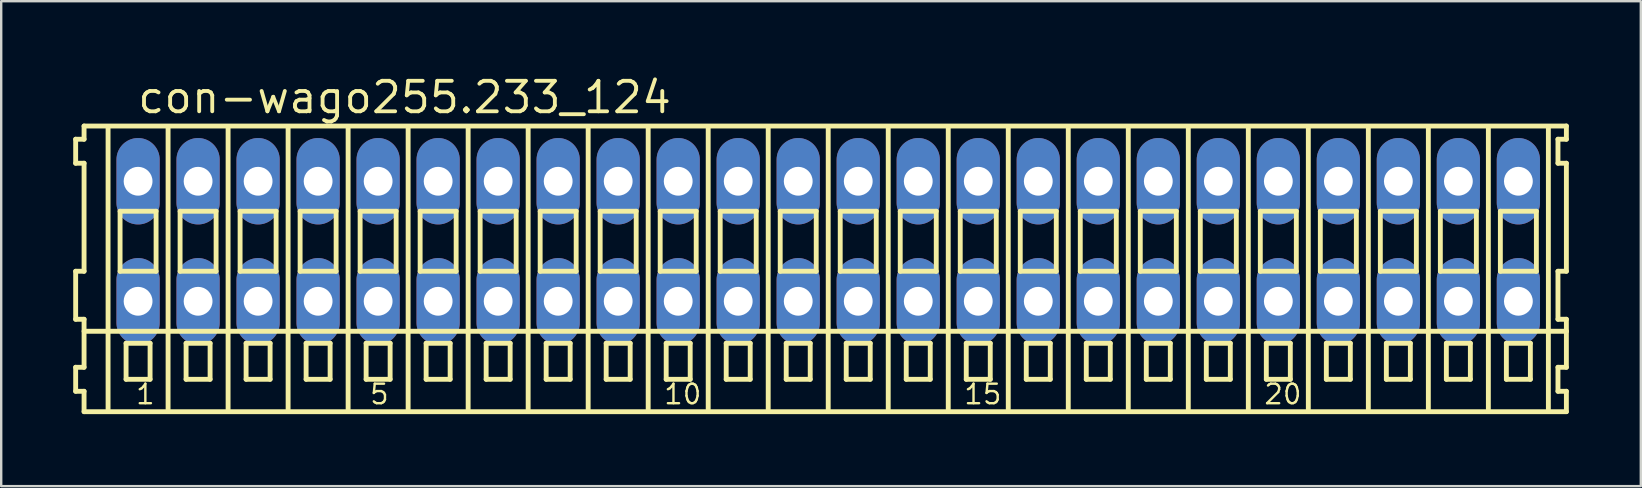
<source format=kicad_pcb>
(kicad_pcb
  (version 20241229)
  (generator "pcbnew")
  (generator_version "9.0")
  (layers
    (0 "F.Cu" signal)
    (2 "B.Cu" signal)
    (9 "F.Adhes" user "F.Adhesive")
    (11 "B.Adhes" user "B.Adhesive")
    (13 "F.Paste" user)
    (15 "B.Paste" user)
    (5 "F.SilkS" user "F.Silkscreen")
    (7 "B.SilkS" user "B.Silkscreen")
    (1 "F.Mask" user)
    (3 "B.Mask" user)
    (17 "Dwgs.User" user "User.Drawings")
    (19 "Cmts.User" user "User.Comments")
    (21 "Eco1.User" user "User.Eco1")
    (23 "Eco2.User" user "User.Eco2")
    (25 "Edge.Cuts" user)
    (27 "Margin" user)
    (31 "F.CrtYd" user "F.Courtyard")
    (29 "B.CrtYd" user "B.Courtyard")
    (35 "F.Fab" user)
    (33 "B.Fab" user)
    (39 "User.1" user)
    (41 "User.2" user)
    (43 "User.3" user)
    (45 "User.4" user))
  (footprint "con-wago255.233_124"
    (layer "F.Cu")
    (at 31.452 7)
    (property "Reference" "con-wago255.233_124" (at -28.85 -5.25 0) (layer "F.SilkS") (effects (font (size 1.27 1.27) (thickness 0.16)) (justify left bottom)))
    (attr through_hole)
    (fp_line (start -31.35 -4.25) (end -31.35 -3.25) (stroke (width 0.203) (type default)) (layer "F.SilkS"))
    (fp_line (start -31.35 -3.25) (end -31 -3.25) (stroke (width 0.203) (type default)) (layer "F.SilkS"))
    (fp_line (start -31.35 1.25) (end -31.35 3.25) (stroke (width 0.203) (type default)) (layer "F.SilkS"))
    (fp_line (start -31.35 3.25) (end -31 3.25) (stroke (width 0.203) (type default)) (layer "F.SilkS"))
    (fp_line (start -31.35 5.25) (end -31.35 6.25) (stroke (width 0.203) (type default)) (layer "F.SilkS"))
    (fp_line (start -31.35 6.25) (end -31 6.25) (stroke (width 0.203) (type default)) (layer "F.SilkS"))
    (fp_line (start -31 -4.8) (end -31 -4.25) (stroke (width 0.203) (type default)) (layer "F.SilkS"))
    (fp_line (start -31 -4.25) (end -31.35 -4.25) (stroke (width 0.203) (type default)) (layer "F.SilkS"))
    (fp_line (start -31 -3.25) (end -31 1.25) (stroke (width 0.203) (type default)) (layer "F.SilkS"))
    (fp_line (start -31 1.25) (end -31.35 1.25) (stroke (width 0.203) (type default)) (layer "F.SilkS"))
    (fp_line (start -31 3.25) (end -31 5.25) (stroke (width 0.203) (type default)) (layer "F.SilkS"))
    (fp_line (start -31 3.75) (end 30.75 3.75) (stroke (width 0.203) (type default)) (layer "F.SilkS"))
    (fp_line (start -31 5.25) (end -31.35 5.25) (stroke (width 0.203) (type default)) (layer "F.SilkS"))
    (fp_line (start -31 6.25) (end -31 7.1) (stroke (width 0.203) (type default)) (layer "F.SilkS"))
    (fp_line (start -31 7.1) (end 30.75 7.1) (stroke (width 0.203) (type default)) (layer "F.SilkS"))
    (fp_line (start -30 -4.75) (end -30 7) (stroke (width 0.203) (type default)) (layer "F.SilkS"))
    (fp_line (start -29.5 -1.25) (end -29.5 1.25) (stroke (width 0.203) (type default)) (layer "F.SilkS"))
    (fp_line (start -29.5 1.25) (end -28 1.25) (stroke (width 0.203) (type default)) (layer "F.SilkS"))
    (fp_line (start -29.25 4.25) (end -29.25 5.75) (stroke (width 0.203) (type default)) (layer "F.SilkS"))
    (fp_line (start -29.25 5.75) (end -28.25 5.75) (stroke (width 0.203) (type default)) (layer "F.SilkS"))
    (fp_line (start -28.25 4.25) (end -29.25 4.25) (stroke (width 0.203) (type default)) (layer "F.SilkS"))
    (fp_line (start -28.25 5.75) (end -28.25 4.25) (stroke (width 0.203) (type default)) (layer "F.SilkS"))
    (fp_line (start -28 -1.25) (end -29.5 -1.25) (stroke (width 0.203) (type default)) (layer "F.SilkS"))
    (fp_line (start -28 1.25) (end -28 -1.25) (stroke (width 0.203) (type default)) (layer "F.SilkS"))
    (fp_line (start -27.5 -4.75) (end -27.5 7) (stroke (width 0.203) (type default)) (layer "F.SilkS"))
    (fp_line (start -27 -1.25) (end -27 1.25) (stroke (width 0.203) (type default)) (layer "F.SilkS"))
    (fp_line (start -27 1.25) (end -25.5 1.25) (stroke (width 0.203) (type default)) (layer "F.SilkS"))
    (fp_line (start -26.75 4.25) (end -26.75 5.75) (stroke (width 0.203) (type default)) (layer "F.SilkS"))
    (fp_line (start -26.75 5.75) (end -25.75 5.75) (stroke (width 0.203) (type default)) (layer "F.SilkS"))
    (fp_line (start -25.75 4.25) (end -26.75 4.25) (stroke (width 0.203) (type default)) (layer "F.SilkS"))
    (fp_line (start -25.75 5.75) (end -25.75 4.25) (stroke (width 0.203) (type default)) (layer "F.SilkS"))
    (fp_line (start -25.5 -1.25) (end -27 -1.25) (stroke (width 0.203) (type default)) (layer "F.SilkS"))
    (fp_line (start -25.5 1.25) (end -25.5 -1.25) (stroke (width 0.203) (type default)) (layer "F.SilkS"))
    (fp_line (start -25 -4.75) (end -25 7) (stroke (width 0.203) (type default)) (layer "F.SilkS"))
    (fp_line (start -24.5 -1.25) (end -24.5 1.25) (stroke (width 0.203) (type default)) (layer "F.SilkS"))
    (fp_line (start -24.5 1.25) (end -23 1.25) (stroke (width 0.203) (type default)) (layer "F.SilkS"))
    (fp_line (start -24.25 4.25) (end -24.25 5.75) (stroke (width 0.203) (type default)) (layer "F.SilkS"))
    (fp_line (start -24.25 5.75) (end -23.25 5.75) (stroke (width 0.203) (type default)) (layer "F.SilkS"))
    (fp_line (start -23.25 4.25) (end -24.25 4.25) (stroke (width 0.203) (type default)) (layer "F.SilkS"))
    (fp_line (start -23.25 5.75) (end -23.25 4.25) (stroke (width 0.203) (type default)) (layer "F.SilkS"))
    (fp_line (start -23 -1.25) (end -24.5 -1.25) (stroke (width 0.203) (type default)) (layer "F.SilkS"))
    (fp_line (start -23 1.25) (end -23 -1.25) (stroke (width 0.203) (type default)) (layer "F.SilkS"))
    (fp_line (start -22.5 -4.75) (end -22.5 7) (stroke (width 0.203) (type default)) (layer "F.SilkS"))
    (fp_line (start -22 -1.25) (end -22 1.25) (stroke (width 0.203) (type default)) (layer "F.SilkS"))
    (fp_line (start -22 1.25) (end -20.5 1.25) (stroke (width 0.203) (type default)) (layer "F.SilkS"))
    (fp_line (start -21.75 4.25) (end -21.75 5.75) (stroke (width 0.203) (type default)) (layer "F.SilkS"))
    (fp_line (start -21.75 5.75) (end -20.75 5.75) (stroke (width 0.203) (type default)) (layer "F.SilkS"))
    (fp_line (start -20.75 4.25) (end -21.75 4.25) (stroke (width 0.203) (type default)) (layer "F.SilkS"))
    (fp_line (start -20.75 5.75) (end -20.75 4.25) (stroke (width 0.203) (type default)) (layer "F.SilkS"))
    (fp_line (start -20.5 -1.25) (end -22 -1.25) (stroke (width 0.203) (type default)) (layer "F.SilkS"))
    (fp_line (start -20.5 1.25) (end -20.5 -1.25) (stroke (width 0.203) (type default)) (layer "F.SilkS"))
    (fp_line (start -20 -4.75) (end -20 7) (stroke (width 0.203) (type default)) (layer "F.SilkS"))
    (fp_line (start -19.5 -1.25) (end -19.5 1.25) (stroke (width 0.203) (type default)) (layer "F.SilkS"))
    (fp_line (start -19.5 1.25) (end -18 1.25) (stroke (width 0.203) (type default)) (layer "F.SilkS"))
    (fp_line (start -19.25 4.25) (end -19.25 5.75) (stroke (width 0.203) (type default)) (layer "F.SilkS"))
    (fp_line (start -19.25 5.75) (end -18.25 5.75) (stroke (width 0.203) (type default)) (layer "F.SilkS"))
    (fp_line (start -18.25 4.25) (end -19.25 4.25) (stroke (width 0.203) (type default)) (layer "F.SilkS"))
    (fp_line (start -18.25 5.75) (end -18.25 4.25) (stroke (width 0.203) (type default)) (layer "F.SilkS"))
    (fp_line (start -18 -1.25) (end -19.5 -1.25) (stroke (width 0.203) (type default)) (layer "F.SilkS"))
    (fp_line (start -18 1.25) (end -18 -1.25) (stroke (width 0.203) (type default)) (layer "F.SilkS"))
    (fp_line (start -17.5 -4.75) (end -17.5 7) (stroke (width 0.203) (type default)) (layer "F.SilkS"))
    (fp_line (start -17 -1.25) (end -17 1.25) (stroke (width 0.203) (type default)) (layer "F.SilkS"))
    (fp_line (start -17 1.25) (end -15.5 1.25) (stroke (width 0.203) (type default)) (layer "F.SilkS"))
    (fp_line (start -16.75 4.25) (end -16.75 5.75) (stroke (width 0.203) (type default)) (layer "F.SilkS"))
    (fp_line (start -16.75 5.75) (end -15.75 5.75) (stroke (width 0.203) (type default)) (layer "F.SilkS"))
    (fp_line (start -15.75 4.25) (end -16.75 4.25) (stroke (width 0.203) (type default)) (layer "F.SilkS"))
    (fp_line (start -15.75 5.75) (end -15.75 4.25) (stroke (width 0.203) (type default)) (layer "F.SilkS"))
    (fp_line (start -15.5 -1.25) (end -17 -1.25) (stroke (width 0.203) (type default)) (layer "F.SilkS"))
    (fp_line (start -15.5 1.25) (end -15.5 -1.25) (stroke (width 0.203) (type default)) (layer "F.SilkS"))
    (fp_line (start -15 -4.75) (end -15 7) (stroke (width 0.203) (type default)) (layer "F.SilkS"))
    (fp_line (start -14.5 -1.25) (end -14.5 1.25) (stroke (width 0.203) (type default)) (layer "F.SilkS"))
    (fp_line (start -14.5 1.25) (end -13 1.25) (stroke (width 0.203) (type default)) (layer "F.SilkS"))
    (fp_line (start -14.25 4.25) (end -14.25 5.75) (stroke (width 0.203) (type default)) (layer "F.SilkS"))
    (fp_line (start -14.25 5.75) (end -13.25 5.75) (stroke (width 0.203) (type default)) (layer "F.SilkS"))
    (fp_line (start -13.25 4.25) (end -14.25 4.25) (stroke (width 0.203) (type default)) (layer "F.SilkS"))
    (fp_line (start -13.25 5.75) (end -13.25 4.25) (stroke (width 0.203) (type default)) (layer "F.SilkS"))
    (fp_line (start -13 -1.25) (end -14.5 -1.25) (stroke (width 0.203) (type default)) (layer "F.SilkS"))
    (fp_line (start -13 1.25) (end -13 -1.25) (stroke (width 0.203) (type default)) (layer "F.SilkS"))
    (fp_line (start -12.5 -4.75) (end -12.5 7) (stroke (width 0.203) (type default)) (layer "F.SilkS"))
    (fp_line (start -12 -1.25) (end -12 1.25) (stroke (width 0.203) (type default)) (layer "F.SilkS"))
    (fp_line (start -12 1.25) (end -10.5 1.25) (stroke (width 0.203) (type default)) (layer "F.SilkS"))
    (fp_line (start -11.75 4.25) (end -11.75 5.75) (stroke (width 0.203) (type default)) (layer "F.SilkS"))
    (fp_line (start -11.75 5.75) (end -10.75 5.75) (stroke (width 0.203) (type default)) (layer "F.SilkS"))
    (fp_line (start -10.75 4.25) (end -11.75 4.25) (stroke (width 0.203) (type default)) (layer "F.SilkS"))
    (fp_line (start -10.75 5.75) (end -10.75 4.25) (stroke (width 0.203) (type default)) (layer "F.SilkS"))
    (fp_line (start -10.5 -1.25) (end -12 -1.25) (stroke (width 0.203) (type default)) (layer "F.SilkS"))
    (fp_line (start -10.5 1.25) (end -10.5 -1.25) (stroke (width 0.203) (type default)) (layer "F.SilkS"))
    (fp_line (start -10 -4.75) (end -10 7) (stroke (width 0.203) (type default)) (layer "F.SilkS"))
    (fp_line (start -9.5 -1.25) (end -9.5 1.25) (stroke (width 0.203) (type default)) (layer "F.SilkS"))
    (fp_line (start -9.5 1.25) (end -8 1.25) (stroke (width 0.203) (type default)) (layer "F.SilkS"))
    (fp_line (start -9.25 4.25) (end -9.25 5.75) (stroke (width 0.203) (type default)) (layer "F.SilkS"))
    (fp_line (start -9.25 5.75) (end -8.25 5.75) (stroke (width 0.203) (type default)) (layer "F.SilkS"))
    (fp_line (start -8.25 4.25) (end -9.25 4.25) (stroke (width 0.203) (type default)) (layer "F.SilkS"))
    (fp_line (start -8.25 5.75) (end -8.25 4.25) (stroke (width 0.203) (type default)) (layer "F.SilkS"))
    (fp_line (start -8 -1.25) (end -9.5 -1.25) (stroke (width 0.203) (type default)) (layer "F.SilkS"))
    (fp_line (start -8 1.25) (end -8 -1.25) (stroke (width 0.203) (type default)) (layer "F.SilkS"))
    (fp_line (start -7.5 -4.75) (end -7.5 7) (stroke (width 0.203) (type default)) (layer "F.SilkS"))
    (fp_line (start -7 -1.25) (end -7 1.25) (stroke (width 0.203) (type default)) (layer "F.SilkS"))
    (fp_line (start -7 1.25) (end -5.5 1.25) (stroke (width 0.203) (type default)) (layer "F.SilkS"))
    (fp_line (start -6.75 4.25) (end -6.75 5.75) (stroke (width 0.203) (type default)) (layer "F.SilkS"))
    (fp_line (start -6.75 5.75) (end -5.75 5.75) (stroke (width 0.203) (type default)) (layer "F.SilkS"))
    (fp_line (start -5.75 4.25) (end -6.75 4.25) (stroke (width 0.203) (type default)) (layer "F.SilkS"))
    (fp_line (start -5.75 5.75) (end -5.75 4.25) (stroke (width 0.203) (type default)) (layer "F.SilkS"))
    (fp_line (start -5.5 -1.25) (end -7 -1.25) (stroke (width 0.203) (type default)) (layer "F.SilkS"))
    (fp_line (start -5.5 1.25) (end -5.5 -1.25) (stroke (width 0.203) (type default)) (layer "F.SilkS"))
    (fp_line (start -5 -4.75) (end -5 7) (stroke (width 0.203) (type default)) (layer "F.SilkS"))
    (fp_line (start -4.5 -1.25) (end -4.5 1.25) (stroke (width 0.203) (type default)) (layer "F.SilkS"))
    (fp_line (start -4.5 1.25) (end -3 1.25) (stroke (width 0.203) (type default)) (layer "F.SilkS"))
    (fp_line (start -4.25 4.25) (end -4.25 5.75) (stroke (width 0.203) (type default)) (layer "F.SilkS"))
    (fp_line (start -4.25 5.75) (end -3.25 5.75) (stroke (width 0.203) (type default)) (layer "F.SilkS"))
    (fp_line (start -3.25 4.25) (end -4.25 4.25) (stroke (width 0.203) (type default)) (layer "F.SilkS"))
    (fp_line (start -3.25 5.75) (end -3.25 4.25) (stroke (width 0.203) (type default)) (layer "F.SilkS"))
    (fp_line (start -3 -1.25) (end -4.5 -1.25) (stroke (width 0.203) (type default)) (layer "F.SilkS"))
    (fp_line (start -3 1.25) (end -3 -1.25) (stroke (width 0.203) (type default)) (layer "F.SilkS"))
    (fp_line (start -2.5 -4.75) (end -2.5 7) (stroke (width 0.203) (type default)) (layer "F.SilkS"))
    (fp_line (start -2 -1.25) (end -2 1.25) (stroke (width 0.203) (type default)) (layer "F.SilkS"))
    (fp_line (start -2 1.25) (end -0.5 1.25) (stroke (width 0.203) (type default)) (layer "F.SilkS"))
    (fp_line (start -1.75 4.25) (end -1.75 5.75) (stroke (width 0.203) (type default)) (layer "F.SilkS"))
    (fp_line (start -1.75 5.75) (end -0.75 5.75) (stroke (width 0.203) (type default)) (layer "F.SilkS"))
    (fp_line (start -0.75 4.25) (end -1.75 4.25) (stroke (width 0.203) (type default)) (layer "F.SilkS"))
    (fp_line (start -0.75 5.75) (end -0.75 4.25) (stroke (width 0.203) (type default)) (layer "F.SilkS"))
    (fp_line (start -0.5 -1.25) (end -2 -1.25) (stroke (width 0.203) (type default)) (layer "F.SilkS"))
    (fp_line (start -0.5 1.25) (end -0.5 -1.25) (stroke (width 0.203) (type default)) (layer "F.SilkS"))
    (fp_line (start 0 -4.75) (end 0 7) (stroke (width 0.203) (type default)) (layer "F.SilkS"))
    (fp_line (start 0.5 -1.25) (end 0.5 1.25) (stroke (width 0.203) (type default)) (layer "F.SilkS"))
    (fp_line (start 0.5 1.25) (end 2 1.25) (stroke (width 0.203) (type default)) (layer "F.SilkS"))
    (fp_line (start 0.75 4.25) (end 0.75 5.75) (stroke (width 0.203) (type default)) (layer "F.SilkS"))
    (fp_line (start 0.75 5.75) (end 1.75 5.75) (stroke (width 0.203) (type default)) (layer "F.SilkS"))
    (fp_line (start 1.75 4.25) (end 0.75 4.25) (stroke (width 0.203) (type default)) (layer "F.SilkS"))
    (fp_line (start 1.75 5.75) (end 1.75 4.25) (stroke (width 0.203) (type default)) (layer "F.SilkS"))
    (fp_line (start 2 -1.25) (end 0.5 -1.25) (stroke (width 0.203) (type default)) (layer "F.SilkS"))
    (fp_line (start 2 1.25) (end 2 -1.25) (stroke (width 0.203) (type default)) (layer "F.SilkS"))
    (fp_line (start 2.5 -4.75) (end 2.5 7) (stroke (width 0.203) (type default)) (layer "F.SilkS"))
    (fp_line (start 3 -1.25) (end 3 1.25) (stroke (width 0.203) (type default)) (layer "F.SilkS"))
    (fp_line (start 3 1.25) (end 4.5 1.25) (stroke (width 0.203) (type default)) (layer "F.SilkS"))
    (fp_line (start 3.25 4.25) (end 3.25 5.75) (stroke (width 0.203) (type default)) (layer "F.SilkS"))
    (fp_line (start 3.25 5.75) (end 4.25 5.75) (stroke (width 0.203) (type default)) (layer "F.SilkS"))
    (fp_line (start 4.25 4.25) (end 3.25 4.25) (stroke (width 0.203) (type default)) (layer "F.SilkS"))
    (fp_line (start 4.25 5.75) (end 4.25 4.25) (stroke (width 0.203) (type default)) (layer "F.SilkS"))
    (fp_line (start 4.5 -1.25) (end 3 -1.25) (stroke (width 0.203) (type default)) (layer "F.SilkS"))
    (fp_line (start 4.5 1.25) (end 4.5 -1.25) (stroke (width 0.203) (type default)) (layer "F.SilkS"))
    (fp_line (start 5 -4.75) (end 5 7) (stroke (width 0.203) (type default)) (layer "F.SilkS"))
    (fp_line (start 5.5 -1.25) (end 5.5 1.25) (stroke (width 0.203) (type default)) (layer "F.SilkS"))
    (fp_line (start 5.5 1.25) (end 7 1.25) (stroke (width 0.203) (type default)) (layer "F.SilkS"))
    (fp_line (start 5.75 4.25) (end 5.75 5.75) (stroke (width 0.203) (type default)) (layer "F.SilkS"))
    (fp_line (start 5.75 5.75) (end 6.75 5.75) (stroke (width 0.203) (type default)) (layer "F.SilkS"))
    (fp_line (start 6.75 4.25) (end 5.75 4.25) (stroke (width 0.203) (type default)) (layer "F.SilkS"))
    (fp_line (start 6.75 5.75) (end 6.75 4.25) (stroke (width 0.203) (type default)) (layer "F.SilkS"))
    (fp_line (start 7 -1.25) (end 5.5 -1.25) (stroke (width 0.203) (type default)) (layer "F.SilkS"))
    (fp_line (start 7 1.25) (end 7 -1.25) (stroke (width 0.203) (type default)) (layer "F.SilkS"))
    (fp_line (start 7.5 -4.75) (end 7.5 7) (stroke (width 0.203) (type default)) (layer "F.SilkS"))
    (fp_line (start 8 -1.25) (end 8 1.25) (stroke (width 0.203) (type default)) (layer "F.SilkS"))
    (fp_line (start 8 1.25) (end 9.5 1.25) (stroke (width 0.203) (type default)) (layer "F.SilkS"))
    (fp_line (start 8.25 4.25) (end 8.25 5.75) (stroke (width 0.203) (type default)) (layer "F.SilkS"))
    (fp_line (start 8.25 5.75) (end 9.25 5.75) (stroke (width 0.203) (type default)) (layer "F.SilkS"))
    (fp_line (start 9.25 4.25) (end 8.25 4.25) (stroke (width 0.203) (type default)) (layer "F.SilkS"))
    (fp_line (start 9.25 5.75) (end 9.25 4.25) (stroke (width 0.203) (type default)) (layer "F.SilkS"))
    (fp_line (start 9.5 -1.25) (end 8 -1.25) (stroke (width 0.203) (type default)) (layer "F.SilkS"))
    (fp_line (start 9.5 1.25) (end 9.5 -1.25) (stroke (width 0.203) (type default)) (layer "F.SilkS"))
    (fp_line (start 10 -4.75) (end 10 7) (stroke (width 0.203) (type default)) (layer "F.SilkS"))
    (fp_line (start 10.5 -1.25) (end 10.5 1.25) (stroke (width 0.203) (type default)) (layer "F.SilkS"))
    (fp_line (start 10.5 1.25) (end 12 1.25) (stroke (width 0.203) (type default)) (layer "F.SilkS"))
    (fp_line (start 10.75 4.25) (end 10.75 5.75) (stroke (width 0.203) (type default)) (layer "F.SilkS"))
    (fp_line (start 10.75 5.75) (end 11.75 5.75) (stroke (width 0.203) (type default)) (layer "F.SilkS"))
    (fp_line (start 11.75 4.25) (end 10.75 4.25) (stroke (width 0.203) (type default)) (layer "F.SilkS"))
    (fp_line (start 11.75 5.75) (end 11.75 4.25) (stroke (width 0.203) (type default)) (layer "F.SilkS"))
    (fp_line (start 12 -1.25) (end 10.5 -1.25) (stroke (width 0.203) (type default)) (layer "F.SilkS"))
    (fp_line (start 12 1.25) (end 12 -1.25) (stroke (width 0.203) (type default)) (layer "F.SilkS"))
    (fp_line (start 12.5 -4.75) (end 12.5 7) (stroke (width 0.203) (type default)) (layer "F.SilkS"))
    (fp_line (start 13 -1.25) (end 13 1.25) (stroke (width 0.203) (type default)) (layer "F.SilkS"))
    (fp_line (start 13 1.25) (end 14.5 1.25) (stroke (width 0.203) (type default)) (layer "F.SilkS"))
    (fp_line (start 13.25 4.25) (end 13.25 5.75) (stroke (width 0.203) (type default)) (layer "F.SilkS"))
    (fp_line (start 13.25 5.75) (end 14.25 5.75) (stroke (width 0.203) (type default)) (layer "F.SilkS"))
    (fp_line (start 14.25 4.25) (end 13.25 4.25) (stroke (width 0.203) (type default)) (layer "F.SilkS"))
    (fp_line (start 14.25 5.75) (end 14.25 4.25) (stroke (width 0.203) (type default)) (layer "F.SilkS"))
    (fp_line (start 14.5 -1.25) (end 13 -1.25) (stroke (width 0.203) (type default)) (layer "F.SilkS"))
    (fp_line (start 14.5 1.25) (end 14.5 -1.25) (stroke (width 0.203) (type default)) (layer "F.SilkS"))
    (fp_line (start 15 -4.75) (end 15 7) (stroke (width 0.203) (type default)) (layer "F.SilkS"))
    (fp_line (start 15.5 -1.25) (end 15.5 1.25) (stroke (width 0.203) (type default)) (layer "F.SilkS"))
    (fp_line (start 15.5 1.25) (end 17 1.25) (stroke (width 0.203) (type default)) (layer "F.SilkS"))
    (fp_line (start 15.75 4.25) (end 15.75 5.75) (stroke (width 0.203) (type default)) (layer "F.SilkS"))
    (fp_line (start 15.75 5.75) (end 16.75 5.75) (stroke (width 0.203) (type default)) (layer "F.SilkS"))
    (fp_line (start 16.75 4.25) (end 15.75 4.25) (stroke (width 0.203) (type default)) (layer "F.SilkS"))
    (fp_line (start 16.75 5.75) (end 16.75 4.25) (stroke (width 0.203) (type default)) (layer "F.SilkS"))
    (fp_line (start 17 -1.25) (end 15.5 -1.25) (stroke (width 0.203) (type default)) (layer "F.SilkS"))
    (fp_line (start 17 1.25) (end 17 -1.25) (stroke (width 0.203) (type default)) (layer "F.SilkS"))
    (fp_line (start 17.5 -4.75) (end 17.5 7) (stroke (width 0.203) (type default)) (layer "F.SilkS"))
    (fp_line (start 18 -1.25) (end 18 1.25) (stroke (width 0.203) (type default)) (layer "F.SilkS"))
    (fp_line (start 18 1.25) (end 19.5 1.25) (stroke (width 0.203) (type default)) (layer "F.SilkS"))
    (fp_line (start 18.25 4.25) (end 18.25 5.75) (stroke (width 0.203) (type default)) (layer "F.SilkS"))
    (fp_line (start 18.25 5.75) (end 19.25 5.75) (stroke (width 0.203) (type default)) (layer "F.SilkS"))
    (fp_line (start 19.25 4.25) (end 18.25 4.25) (stroke (width 0.203) (type default)) (layer "F.SilkS"))
    (fp_line (start 19.25 5.75) (end 19.25 4.25) (stroke (width 0.203) (type default)) (layer "F.SilkS"))
    (fp_line (start 19.5 -1.25) (end 18 -1.25) (stroke (width 0.203) (type default)) (layer "F.SilkS"))
    (fp_line (start 19.5 1.25) (end 19.5 -1.25) (stroke (width 0.203) (type default)) (layer "F.SilkS"))
    (fp_line (start 20 -4.75) (end 20 7) (stroke (width 0.203) (type default)) (layer "F.SilkS"))
    (fp_line (start 20.5 -1.25) (end 20.5 1.25) (stroke (width 0.203) (type default)) (layer "F.SilkS"))
    (fp_line (start 20.5 1.25) (end 22 1.25) (stroke (width 0.203) (type default)) (layer "F.SilkS"))
    (fp_line (start 20.75 4.25) (end 20.75 5.75) (stroke (width 0.203) (type default)) (layer "F.SilkS"))
    (fp_line (start 20.75 5.75) (end 21.75 5.75) (stroke (width 0.203) (type default)) (layer "F.SilkS"))
    (fp_line (start 21.75 4.25) (end 20.75 4.25) (stroke (width 0.203) (type default)) (layer "F.SilkS"))
    (fp_line (start 21.75 5.75) (end 21.75 4.25) (stroke (width 0.203) (type default)) (layer "F.SilkS"))
    (fp_line (start 22 -1.25) (end 20.5 -1.25) (stroke (width 0.203) (type default)) (layer "F.SilkS"))
    (fp_line (start 22 1.25) (end 22 -1.25) (stroke (width 0.203) (type default)) (layer "F.SilkS"))
    (fp_line (start 22.5 -4.75) (end 22.5 7) (stroke (width 0.203) (type default)) (layer "F.SilkS"))
    (fp_line (start 23 -1.25) (end 23 1.25) (stroke (width 0.203) (type default)) (layer "F.SilkS"))
    (fp_line (start 23 1.25) (end 24.5 1.25) (stroke (width 0.203) (type default)) (layer "F.SilkS"))
    (fp_line (start 23.25 4.25) (end 23.25 5.75) (stroke (width 0.203) (type default)) (layer "F.SilkS"))
    (fp_line (start 23.25 5.75) (end 24.25 5.75) (stroke (width 0.203) (type default)) (layer "F.SilkS"))
    (fp_line (start 24.25 4.25) (end 23.25 4.25) (stroke (width 0.203) (type default)) (layer "F.SilkS"))
    (fp_line (start 24.25 5.75) (end 24.25 4.25) (stroke (width 0.203) (type default)) (layer "F.SilkS"))
    (fp_line (start 24.5 -1.25) (end 23 -1.25) (stroke (width 0.203) (type default)) (layer "F.SilkS"))
    (fp_line (start 24.5 1.25) (end 24.5 -1.25) (stroke (width 0.203) (type default)) (layer "F.SilkS"))
    (fp_line (start 25 -4.75) (end 25 7) (stroke (width 0.203) (type default)) (layer "F.SilkS"))
    (fp_line (start 25.5 -1.25) (end 25.5 1.25) (stroke (width 0.203) (type default)) (layer "F.SilkS"))
    (fp_line (start 25.5 1.25) (end 27 1.25) (stroke (width 0.203) (type default)) (layer "F.SilkS"))
    (fp_line (start 25.75 4.25) (end 25.75 5.75) (stroke (width 0.203) (type default)) (layer "F.SilkS"))
    (fp_line (start 25.75 5.75) (end 26.75 5.75) (stroke (width 0.203) (type default)) (layer "F.SilkS"))
    (fp_line (start 26.75 4.25) (end 25.75 4.25) (stroke (width 0.203) (type default)) (layer "F.SilkS"))
    (fp_line (start 26.75 5.75) (end 26.75 4.25) (stroke (width 0.203) (type default)) (layer "F.SilkS"))
    (fp_line (start 27 -1.25) (end 25.5 -1.25) (stroke (width 0.203) (type default)) (layer "F.SilkS"))
    (fp_line (start 27 1.25) (end 27 -1.25) (stroke (width 0.203) (type default)) (layer "F.SilkS"))
    (fp_line (start 27.5 -4.75) (end 27.5 7) (stroke (width 0.203) (type default)) (layer "F.SilkS"))
    (fp_line (start 28 -1.25) (end 28 1.25) (stroke (width 0.203) (type default)) (layer "F.SilkS"))
    (fp_line (start 28 1.25) (end 29.5 1.25) (stroke (width 0.203) (type default)) (layer "F.SilkS"))
    (fp_line (start 28.25 4.25) (end 28.25 5.75) (stroke (width 0.203) (type default)) (layer "F.SilkS"))
    (fp_line (start 28.25 5.75) (end 29.25 5.75) (stroke (width 0.203) (type default)) (layer "F.SilkS"))
    (fp_line (start 29.25 4.25) (end 28.25 4.25) (stroke (width 0.203) (type default)) (layer "F.SilkS"))
    (fp_line (start 29.25 5.75) (end 29.25 4.25) (stroke (width 0.203) (type default)) (layer "F.SilkS"))
    (fp_line (start 29.5 -1.25) (end 28 -1.25) (stroke (width 0.203) (type default)) (layer "F.SilkS"))
    (fp_line (start 29.5 1.25) (end 29.5 -1.25) (stroke (width 0.203) (type default)) (layer "F.SilkS"))
    (fp_line (start 30 -4.75) (end 30 7) (stroke (width 0.203) (type default)) (layer "F.SilkS"))
    (fp_line (start 30.4 -4.25) (end 30.4 -3.25) (stroke (width 0.203) (type default)) (layer "F.SilkS"))
    (fp_line (start 30.4 -3.25) (end 30.75 -3.25) (stroke (width 0.203) (type default)) (layer "F.SilkS"))
    (fp_line (start 30.4 1.25) (end 30.4 3.25) (stroke (width 0.203) (type default)) (layer "F.SilkS"))
    (fp_line (start 30.4 3.25) (end 30.75 3.25) (stroke (width 0.203) (type default)) (layer "F.SilkS"))
    (fp_line (start 30.4 5.25) (end 30.4 6.25) (stroke (width 0.203) (type default)) (layer "F.SilkS"))
    (fp_line (start 30.4 6.25) (end 30.75 6.25) (stroke (width 0.203) (type default)) (layer "F.SilkS"))
    (fp_line (start 30.75 -4.8) (end -31 -4.8) (stroke (width 0.203) (type default)) (layer "F.SilkS"))
    (fp_line (start 30.75 -4.25) (end 30.4 -4.25) (stroke (width 0.203) (type default)) (layer "F.SilkS"))
    (fp_line (start 30.75 -4.25) (end 30.75 -4.8) (stroke (width 0.203) (type default)) (layer "F.SilkS"))
    (fp_line (start 30.75 1.25) (end 30.4 1.25) (stroke (width 0.203) (type default)) (layer "F.SilkS"))
    (fp_line (start 30.75 1.25) (end 30.75 -3.25) (stroke (width 0.203) (type default)) (layer "F.SilkS"))
    (fp_line (start 30.75 3.75) (end 30.75 3.25) (stroke (width 0.203) (type default)) (layer "F.SilkS"))
    (fp_line (start 30.75 5.25) (end 30.4 5.25) (stroke (width 0.203) (type default)) (layer "F.SilkS"))
    (fp_line (start 30.75 5.25) (end 30.75 3.75) (stroke (width 0.203) (type default)) (layer "F.SilkS"))
    (fp_line (start 30.75 7.1) (end 30.75 6.25) (stroke (width 0.203) (type default)) (layer "F.SilkS"))
    (fp_text user "20" (at 18.1 6.85 0) (layer "F.SilkS") (effects (font (size 0.813 0.813) (thickness 0.1)) (justify left bottom)))
    (fp_text user "10" (at -6.9 6.85 0) (layer "F.SilkS") (effects (font (size 0.813 0.813) (thickness 0.1)) (justify left bottom)))
    (fp_text user "1" (at -28.9 6.85 0) (layer "F.SilkS") (effects (font (size 0.813 0.813) (thickness 0.1)) (justify left bottom)))
    (fp_text user "5" (at -19.15 6.85 0) (layer "F.SilkS") (effects (font (size 0.813 0.813) (thickness 0.1)) (justify left bottom)))
    (fp_text user "15" (at 5.6 6.85 0) (layer "F.SilkS") (effects (font (size 0.813 0.813) (thickness 0.1)) (justify left bottom)))
    (pad "A1" thru_hole oval (at -28.75 -2.5 90) (size 3.6 1.8) (drill 1.2) (layers "*.Cu" "*.Mask"))
    (pad "A2" thru_hole oval (at -26.25 -2.5 90) (size 3.6 1.8) (drill 1.2) (layers "*.Cu" "*.Mask"))
    (pad "A3" thru_hole oval (at -23.75 -2.5 90) (size 3.6 1.8) (drill 1.2) (layers "*.Cu" "*.Mask"))
    (pad "A4" thru_hole oval (at -21.25 -2.5 90) (size 3.6 1.8) (drill 1.2) (layers "*.Cu" "*.Mask"))
    (pad "A5" thru_hole oval (at -18.75 -2.5 90) (size 3.6 1.8) (drill 1.2) (layers "*.Cu" "*.Mask"))
    (pad "A6" thru_hole oval (at -16.25 -2.5 90) (size 3.6 1.8) (drill 1.2) (layers "*.Cu" "*.Mask"))
    (pad "A7" thru_hole oval (at -13.75 -2.5 90) (size 3.6 1.8) (drill 1.2) (layers "*.Cu" "*.Mask"))
    (pad "A8" thru_hole oval (at -11.25 -2.5 90) (size 3.6 1.8) (drill 1.2) (layers "*.Cu" "*.Mask"))
    (pad "A9" thru_hole oval (at -8.75 -2.5 90) (size 3.6 1.8) (drill 1.2) (layers "*.Cu" "*.Mask"))
    (pad "A10" thru_hole oval (at -6.25 -2.5 90) (size 3.6 1.8) (drill 1.2) (layers "*.Cu" "*.Mask"))
    (pad "A11" thru_hole oval (at -3.75 -2.5 90) (size 3.6 1.8) (drill 1.2) (layers "*.Cu" "*.Mask"))
    (pad "A12" thru_hole oval (at -1.25 -2.5 90) (size 3.6 1.8) (drill 1.2) (layers "*.Cu" "*.Mask"))
    (pad "A13" thru_hole oval (at 1.25 -2.5 90) (size 3.6 1.8) (drill 1.2) (layers "*.Cu" "*.Mask"))
    (pad "A14" thru_hole oval (at 3.75 -2.5 90) (size 3.6 1.8) (drill 1.2) (layers "*.Cu" "*.Mask"))
    (pad "A15" thru_hole oval (at 6.25 -2.5 90) (size 3.6 1.8) (drill 1.2) (layers "*.Cu" "*.Mask"))
    (pad "A16" thru_hole oval (at 8.75 -2.5 90) (size 3.6 1.8) (drill 1.2) (layers "*.Cu" "*.Mask"))
    (pad "A17" thru_hole oval (at 11.25 -2.5 90) (size 3.6 1.8) (drill 1.2) (layers "*.Cu" "*.Mask"))
    (pad "A18" thru_hole oval (at 13.75 -2.5 90) (size 3.6 1.8) (drill 1.2) (layers "*.Cu" "*.Mask"))
    (pad "A19" thru_hole oval (at 16.25 -2.5 90) (size 3.6 1.8) (drill 1.2) (layers "*.Cu" "*.Mask"))
    (pad "A20" thru_hole oval (at 18.75 -2.5 90) (size 3.6 1.8) (drill 1.2) (layers "*.Cu" "*.Mask"))
    (pad "A21" thru_hole oval (at 21.25 -2.5 90) (size 3.6 1.8) (drill 1.2) (layers "*.Cu" "*.Mask"))
    (pad "A22" thru_hole oval (at 23.75 -2.5 90) (size 3.6 1.8) (drill 1.2) (layers "*.Cu" "*.Mask"))
    (pad "A23" thru_hole oval (at 26.25 -2.5 90) (size 3.6 1.8) (drill 1.2) (layers "*.Cu" "*.Mask"))
    (pad "A24" thru_hole oval (at 28.75 -2.5 90) (size 3.6 1.8) (drill 1.2) (layers "*.Cu" "*.Mask"))
    (pad "B1" thru_hole oval (at -28.75 2.5 90) (size 3.6 1.8) (drill 1.2) (layers "*.Cu" "*.Mask"))
    (pad "B2" thru_hole oval (at -26.25 2.5 90) (size 3.6 1.8) (drill 1.2) (layers "*.Cu" "*.Mask"))
    (pad "B3" thru_hole oval (at -23.75 2.5 90) (size 3.6 1.8) (drill 1.2) (layers "*.Cu" "*.Mask"))
    (pad "B4" thru_hole oval (at -21.25 2.5 90) (size 3.6 1.8) (drill 1.2) (layers "*.Cu" "*.Mask"))
    (pad "B5" thru_hole oval (at -18.75 2.5 90) (size 3.6 1.8) (drill 1.2) (layers "*.Cu" "*.Mask"))
    (pad "B6" thru_hole oval (at -16.25 2.5 90) (size 3.6 1.8) (drill 1.2) (layers "*.Cu" "*.Mask"))
    (pad "B7" thru_hole oval (at -13.75 2.5 90) (size 3.6 1.8) (drill 1.2) (layers "*.Cu" "*.Mask"))
    (pad "B8" thru_hole oval (at -11.25 2.5 90) (size 3.6 1.8) (drill 1.2) (layers "*.Cu" "*.Mask"))
    (pad "B9" thru_hole oval (at -8.75 2.5 90) (size 3.6 1.8) (drill 1.2) (layers "*.Cu" "*.Mask"))
    (pad "B10" thru_hole oval (at -6.25 2.5 90) (size 3.6 1.8) (drill 1.2) (layers "*.Cu" "*.Mask"))
    (pad "B11" thru_hole oval (at -3.75 2.5 90) (size 3.6 1.8) (drill 1.2) (layers "*.Cu" "*.Mask"))
    (pad "B12" thru_hole oval (at -1.25 2.5 90) (size 3.6 1.8) (drill 1.2) (layers "*.Cu" "*.Mask"))
    (pad "B13" thru_hole oval (at 1.25 2.5 90) (size 3.6 1.8) (drill 1.2) (layers "*.Cu" "*.Mask"))
    (pad "B14" thru_hole oval (at 3.75 2.5 90) (size 3.6 1.8) (drill 1.2) (layers "*.Cu" "*.Mask"))
    (pad "B15" thru_hole oval (at 6.25 2.5 90) (size 3.6 1.8) (drill 1.2) (layers "*.Cu" "*.Mask"))
    (pad "B16" thru_hole oval (at 8.75 2.5 90) (size 3.6 1.8) (drill 1.2) (layers "*.Cu" "*.Mask"))
    (pad "B17" thru_hole oval (at 11.25 2.5 90) (size 3.6 1.8) (drill 1.2) (layers "*.Cu" "*.Mask"))
    (pad "B18" thru_hole oval (at 13.75 2.5 90) (size 3.6 1.8) (drill 1.2) (layers "*.Cu" "*.Mask"))
    (pad "B19" thru_hole oval (at 16.25 2.5 90) (size 3.6 1.8) (drill 1.2) (layers "*.Cu" "*.Mask"))
    (pad "B20" thru_hole oval (at 18.75 2.5 90) (size 3.6 1.8) (drill 1.2) (layers "*.Cu" "*.Mask"))
    (pad "B21" thru_hole oval (at 21.25 2.5 90) (size 3.6 1.8) (drill 1.2) (layers "*.Cu" "*.Mask"))
    (pad "B22" thru_hole oval (at 23.75 2.5 90) (size 3.6 1.8) (drill 1.2) (layers "*.Cu" "*.Mask"))
    (pad "B23" thru_hole oval (at 26.25 2.5 90) (size 3.6 1.8) (drill 1.2) (layers "*.Cu" "*.Mask"))
    (pad "B24" thru_hole oval (at 28.75 2.5 90) (size 3.6 1.8) (drill 1.2) (layers "*.Cu" "*.Mask")))
  (gr_rect
    (start -3 -3)
    (end 65.303 17.202)
    (stroke (width 0.1) (type default))
    (fill no)
    (layer "Edge.Cuts")))
</source>
